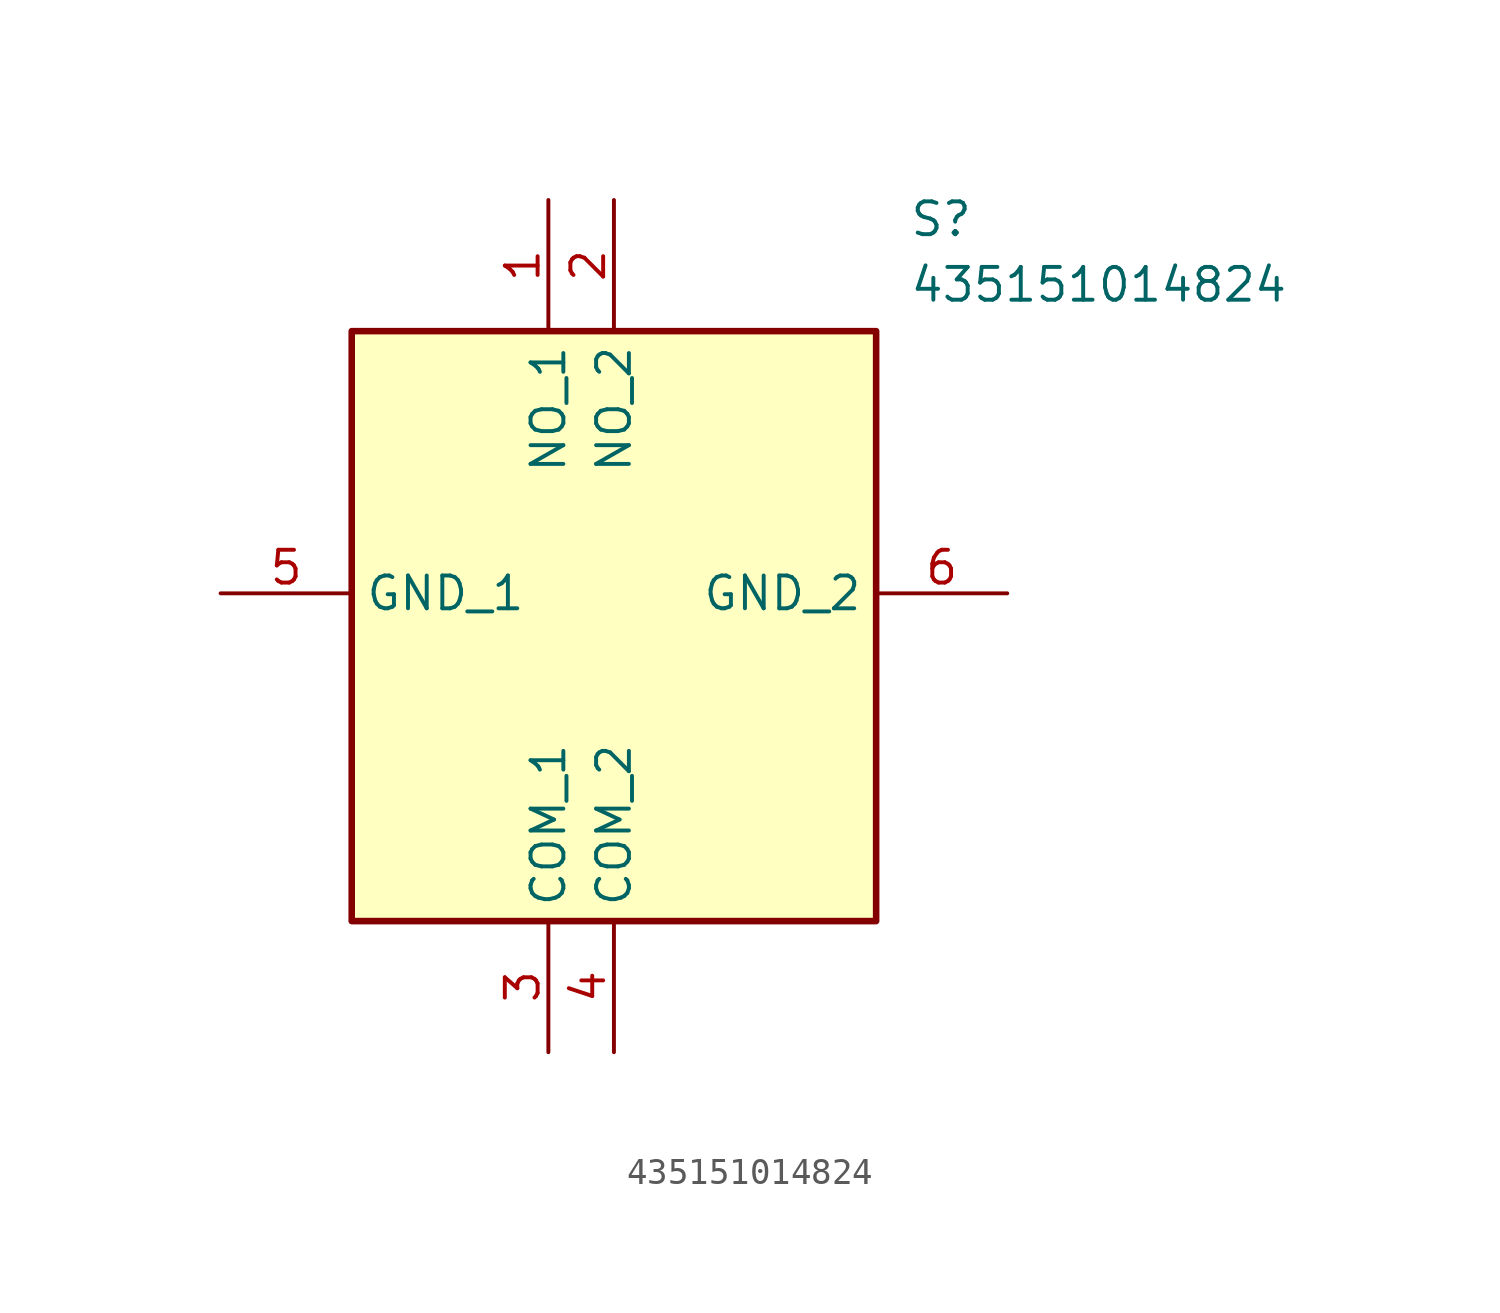
<source format=kicad_sym>
(kicad_symbol_lib
  (version 20211014)
  (generator SamacSys_ECAD_Model)
  (symbol "435151014824"
    (property "Reference" "S"
      (at 26.67 15.24 0)
      (effects (font (size 1.27 1.27)) (justify left top)))
    (property "Value" "435151014824"
      (at 26.67 12.7 0)
      (effects (font (size 1.27 1.27)) (justify left top)))
    (rectangle
      (start 5.08 10.16)
      (end 25.4 -12.7)
      (stroke (width 0.254) (type default))
      (fill (type background)))
    (pin passive line
      (at 12.7 15.24 270)
      (length 5.08)
      (name "NO_1" (effects (font (size 1.27 1.27))))
      (number "1" (effects (font (size 1.27 1.27)))))
    (pin passive line
      (at 15.24 15.24 270)
      (length 5.08)
      (name "NO_2" (effects (font (size 1.27 1.27))))
      (number "2" (effects (font (size 1.27 1.27)))))
    (pin passive line
      (at 12.7 -17.78 90)
      (length 5.08)
      (name "COM_1" (effects (font (size 1.27 1.27))))
      (number "3" (effects (font (size 1.27 1.27)))))
    (pin passive line
      (at 15.24 -17.78 90)
      (length 5.08)
      (name "COM_2" (effects (font (size 1.27 1.27))))
      (number "4" (effects (font (size 1.27 1.27)))))
    (pin passive line
      (at 0 0 0)
      (length 5.08)
      (name "GND_1" (effects (font (size 1.27 1.27))))
      (number "5" (effects (font (size 1.27 1.27)))))
    (pin passive line
      (at 30.48 0 180)
      (length 5.08)
      (name "GND_2" (effects (font (size 1.27 1.27))))
      (number "6" (effects (font (size 1.27 1.27)))))))
</source>
